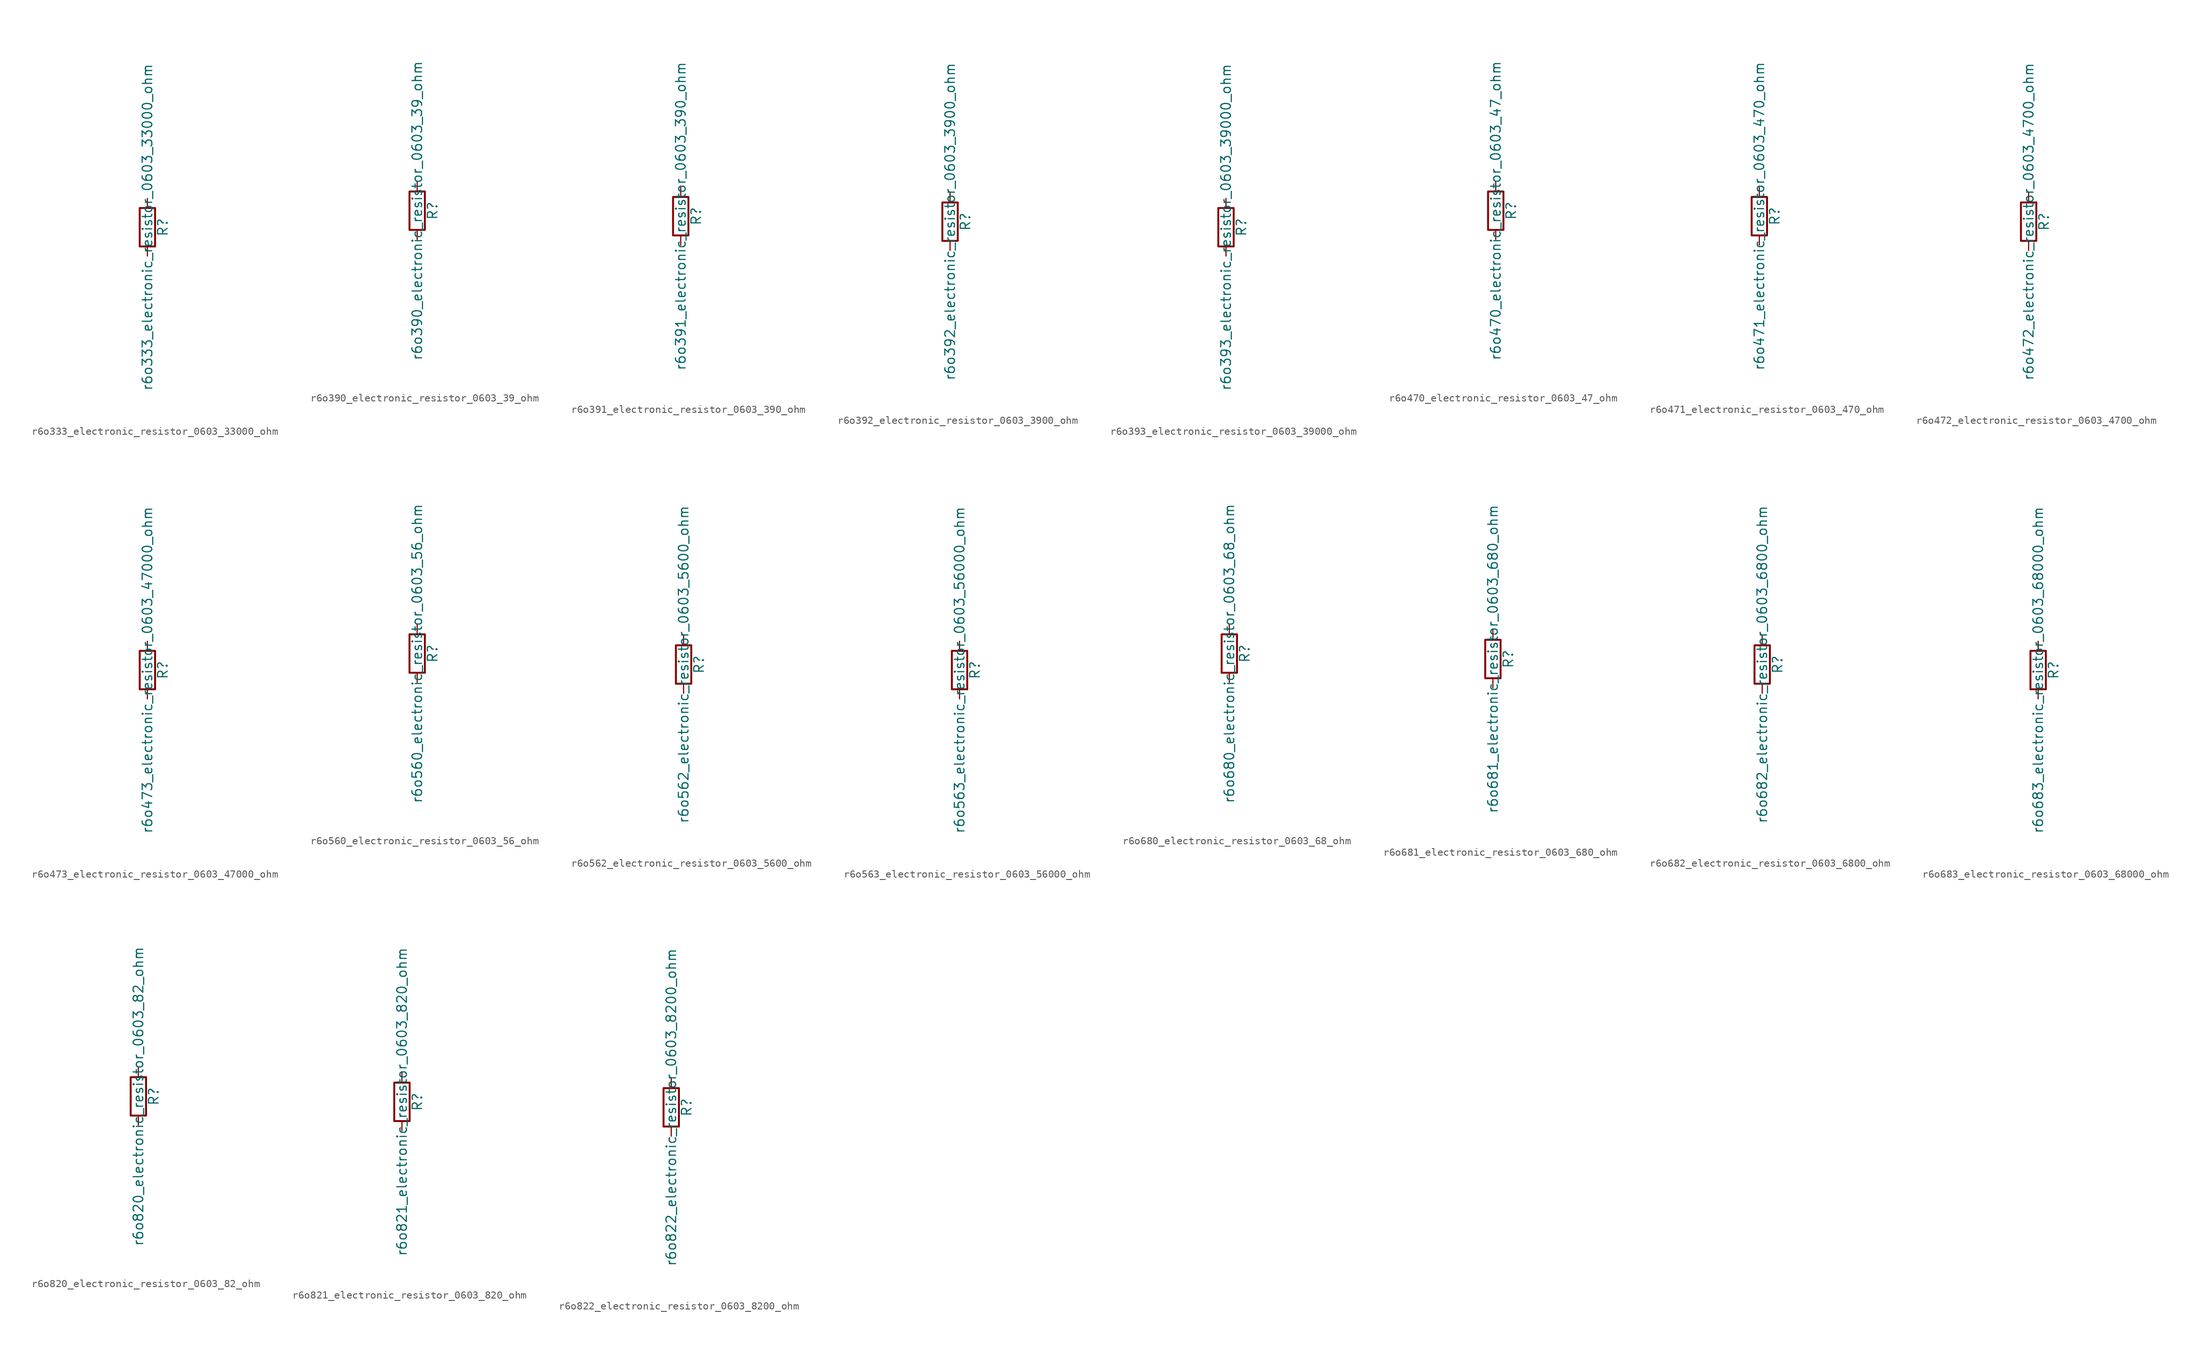
<source format=kicad_sym>
(kicad_symbol_lib
  (version 20220914)
  (generator kicad_symbol_editor)
  (symbol "r6o333_electronic_resistor_0603_33000_ohm"
    (pin_numbers hide)
    (pin_names
      (offset 0))
    (property "Reference" "R"
      (at 2.032 0 90)
      (effects (font (size 1.27 1.27))))
    (property "Value" "r6o333_electronic_resistor_0603_33000_ohm"
      (at 0 0 90)
      (effects (font (size 1.27 1.27))))
    (symbol "r6o333_electronic_resistor_0603_33000_ohm_0_1"
      (rectangle (start -1.016 -2.54) (end 1.016 2.54) (stroke (width 0.254) (type default)) (fill (type none))))
    (symbol "r6o333_electronic_resistor_0603_33000_ohm_1_1"
      (pin passive line (at 0 3.81 270) (length 1.27) (name "~" (effects (font (size 1.27 1.27)))) (number "1" (effects (font (size 1.27 1.27)))))
      (pin passive line (at 0 -3.81 90) (length 1.27) (name "~" (effects (font (size 1.27 1.27)))) (number "2" (effects (font (size 1.27 1.27)))))))
  (symbol "r6o390_electronic_resistor_0603_39_ohm"
    (pin_numbers hide)
    (pin_names
      (offset 0))
    (property "Reference" "R"
      (at 2.032 0 90)
      (effects (font (size 1.27 1.27))))
    (property "Value" "r6o390_electronic_resistor_0603_39_ohm"
      (at 0 0 90)
      (effects (font (size 1.27 1.27))))
    (symbol "r6o390_electronic_resistor_0603_39_ohm_0_1"
      (rectangle (start -1.016 -2.54) (end 1.016 2.54) (stroke (width 0.254) (type default)) (fill (type none))))
    (symbol "r6o390_electronic_resistor_0603_39_ohm_1_1"
      (pin passive line (at 0 3.81 270) (length 1.27) (name "~" (effects (font (size 1.27 1.27)))) (number "1" (effects (font (size 1.27 1.27)))))
      (pin passive line (at 0 -3.81 90) (length 1.27) (name "~" (effects (font (size 1.27 1.27)))) (number "2" (effects (font (size 1.27 1.27)))))))
  (symbol "r6o391_electronic_resistor_0603_390_ohm"
    (pin_numbers hide)
    (pin_names
      (offset 0))
    (property "Reference" "R"
      (at 2.032 0 90)
      (effects (font (size 1.27 1.27))))
    (property "Value" "r6o391_electronic_resistor_0603_390_ohm"
      (at 0 0 90)
      (effects (font (size 1.27 1.27))))
    (symbol "r6o391_electronic_resistor_0603_390_ohm_0_1"
      (rectangle (start -1.016 -2.54) (end 1.016 2.54) (stroke (width 0.254) (type default)) (fill (type none))))
    (symbol "r6o391_electronic_resistor_0603_390_ohm_1_1"
      (pin passive line (at 0 3.81 270) (length 1.27) (name "~" (effects (font (size 1.27 1.27)))) (number "1" (effects (font (size 1.27 1.27)))))
      (pin passive line (at 0 -3.81 90) (length 1.27) (name "~" (effects (font (size 1.27 1.27)))) (number "2" (effects (font (size 1.27 1.27)))))))
  (symbol "r6o392_electronic_resistor_0603_3900_ohm"
    (pin_numbers hide)
    (pin_names
      (offset 0))
    (property "Reference" "R"
      (at 2.032 0 90)
      (effects (font (size 1.27 1.27))))
    (property "Value" "r6o392_electronic_resistor_0603_3900_ohm"
      (at 0 0 90)
      (effects (font (size 1.27 1.27))))
    (symbol "r6o392_electronic_resistor_0603_3900_ohm_0_1"
      (rectangle (start -1.016 -2.54) (end 1.016 2.54) (stroke (width 0.254) (type default)) (fill (type none))))
    (symbol "r6o392_electronic_resistor_0603_3900_ohm_1_1"
      (pin passive line (at 0 3.81 270) (length 1.27) (name "~" (effects (font (size 1.27 1.27)))) (number "1" (effects (font (size 1.27 1.27)))))
      (pin passive line (at 0 -3.81 90) (length 1.27) (name "~" (effects (font (size 1.27 1.27)))) (number "2" (effects (font (size 1.27 1.27)))))))
  (symbol "r6o393_electronic_resistor_0603_39000_ohm"
    (pin_numbers hide)
    (pin_names
      (offset 0))
    (property "Reference" "R"
      (at 2.032 0 90)
      (effects (font (size 1.27 1.27))))
    (property "Value" "r6o393_electronic_resistor_0603_39000_ohm"
      (at 0 0 90)
      (effects (font (size 1.27 1.27))))
    (symbol "r6o393_electronic_resistor_0603_39000_ohm_0_1"
      (rectangle (start -1.016 -2.54) (end 1.016 2.54) (stroke (width 0.254) (type default)) (fill (type none))))
    (symbol "r6o393_electronic_resistor_0603_39000_ohm_1_1"
      (pin passive line (at 0 3.81 270) (length 1.27) (name "~" (effects (font (size 1.27 1.27)))) (number "1" (effects (font (size 1.27 1.27)))))
      (pin passive line (at 0 -3.81 90) (length 1.27) (name "~" (effects (font (size 1.27 1.27)))) (number "2" (effects (font (size 1.27 1.27)))))))
  (symbol "r6o470_electronic_resistor_0603_47_ohm"
    (pin_numbers hide)
    (pin_names
      (offset 0))
    (property "Reference" "R"
      (at 2.032 0 90)
      (effects (font (size 1.27 1.27))))
    (property "Value" "r6o470_electronic_resistor_0603_47_ohm"
      (at 0 0 90)
      (effects (font (size 1.27 1.27))))
    (symbol "r6o470_electronic_resistor_0603_47_ohm_0_1"
      (rectangle (start -1.016 -2.54) (end 1.016 2.54) (stroke (width 0.254) (type default)) (fill (type none))))
    (symbol "r6o470_electronic_resistor_0603_47_ohm_1_1"
      (pin passive line (at 0 3.81 270) (length 1.27) (name "~" (effects (font (size 1.27 1.27)))) (number "1" (effects (font (size 1.27 1.27)))))
      (pin passive line (at 0 -3.81 90) (length 1.27) (name "~" (effects (font (size 1.27 1.27)))) (number "2" (effects (font (size 1.27 1.27)))))))
  (symbol "r6o471_electronic_resistor_0603_470_ohm"
    (pin_numbers hide)
    (pin_names
      (offset 0))
    (property "Reference" "R"
      (at 2.032 0 90)
      (effects (font (size 1.27 1.27))))
    (property "Value" "r6o471_electronic_resistor_0603_470_ohm"
      (at 0 0 90)
      (effects (font (size 1.27 1.27))))
    (symbol "r6o471_electronic_resistor_0603_470_ohm_0_1"
      (rectangle (start -1.016 -2.54) (end 1.016 2.54) (stroke (width 0.254) (type default)) (fill (type none))))
    (symbol "r6o471_electronic_resistor_0603_470_ohm_1_1"
      (pin passive line (at 0 3.81 270) (length 1.27) (name "~" (effects (font (size 1.27 1.27)))) (number "1" (effects (font (size 1.27 1.27)))))
      (pin passive line (at 0 -3.81 90) (length 1.27) (name "~" (effects (font (size 1.27 1.27)))) (number "2" (effects (font (size 1.27 1.27)))))))
  (symbol "r6o472_electronic_resistor_0603_4700_ohm"
    (pin_numbers hide)
    (pin_names
      (offset 0))
    (property "Reference" "R"
      (at 2.032 0 90)
      (effects (font (size 1.27 1.27))))
    (property "Value" "r6o472_electronic_resistor_0603_4700_ohm"
      (at 0 0 90)
      (effects (font (size 1.27 1.27))))
    (symbol "r6o472_electronic_resistor_0603_4700_ohm_0_1"
      (rectangle (start -1.016 -2.54) (end 1.016 2.54) (stroke (width 0.254) (type default)) (fill (type none))))
    (symbol "r6o472_electronic_resistor_0603_4700_ohm_1_1"
      (pin passive line (at 0 3.81 270) (length 1.27) (name "~" (effects (font (size 1.27 1.27)))) (number "1" (effects (font (size 1.27 1.27)))))
      (pin passive line (at 0 -3.81 90) (length 1.27) (name "~" (effects (font (size 1.27 1.27)))) (number "2" (effects (font (size 1.27 1.27)))))))
  (symbol "r6o473_electronic_resistor_0603_47000_ohm"
    (pin_numbers hide)
    (pin_names
      (offset 0))
    (property "Reference" "R"
      (at 2.032 0 90)
      (effects (font (size 1.27 1.27))))
    (property "Value" "r6o473_electronic_resistor_0603_47000_ohm"
      (at 0 0 90)
      (effects (font (size 1.27 1.27))))
    (symbol "r6o473_electronic_resistor_0603_47000_ohm_0_1"
      (rectangle (start -1.016 -2.54) (end 1.016 2.54) (stroke (width 0.254) (type default)) (fill (type none))))
    (symbol "r6o473_electronic_resistor_0603_47000_ohm_1_1"
      (pin passive line (at 0 3.81 270) (length 1.27) (name "~" (effects (font (size 1.27 1.27)))) (number "1" (effects (font (size 1.27 1.27)))))
      (pin passive line (at 0 -3.81 90) (length 1.27) (name "~" (effects (font (size 1.27 1.27)))) (number "2" (effects (font (size 1.27 1.27)))))))
  (symbol "r6o560_electronic_resistor_0603_56_ohm"
    (pin_numbers hide)
    (pin_names
      (offset 0))
    (property "Reference" "R"
      (at 2.032 0 90)
      (effects (font (size 1.27 1.27))))
    (property "Value" "r6o560_electronic_resistor_0603_56_ohm"
      (at 0 0 90)
      (effects (font (size 1.27 1.27))))
    (symbol "r6o560_electronic_resistor_0603_56_ohm_0_1"
      (rectangle (start -1.016 -2.54) (end 1.016 2.54) (stroke (width 0.254) (type default)) (fill (type none))))
    (symbol "r6o560_electronic_resistor_0603_56_ohm_1_1"
      (pin passive line (at 0 3.81 270) (length 1.27) (name "~" (effects (font (size 1.27 1.27)))) (number "1" (effects (font (size 1.27 1.27)))))
      (pin passive line (at 0 -3.81 90) (length 1.27) (name "~" (effects (font (size 1.27 1.27)))) (number "2" (effects (font (size 1.27 1.27)))))))
  (symbol "r6o562_electronic_resistor_0603_5600_ohm"
    (pin_numbers hide)
    (pin_names
      (offset 0))
    (property "Reference" "R"
      (at 2.032 0 90)
      (effects (font (size 1.27 1.27))))
    (property "Value" "r6o562_electronic_resistor_0603_5600_ohm"
      (at 0 0 90)
      (effects (font (size 1.27 1.27))))
    (symbol "r6o562_electronic_resistor_0603_5600_ohm_0_1"
      (rectangle (start -1.016 -2.54) (end 1.016 2.54) (stroke (width 0.254) (type default)) (fill (type none))))
    (symbol "r6o562_electronic_resistor_0603_5600_ohm_1_1"
      (pin passive line (at 0 3.81 270) (length 1.27) (name "~" (effects (font (size 1.27 1.27)))) (number "1" (effects (font (size 1.27 1.27)))))
      (pin passive line (at 0 -3.81 90) (length 1.27) (name "~" (effects (font (size 1.27 1.27)))) (number "2" (effects (font (size 1.27 1.27)))))))
  (symbol "r6o563_electronic_resistor_0603_56000_ohm"
    (pin_numbers hide)
    (pin_names
      (offset 0))
    (property "Reference" "R"
      (at 2.032 0 90)
      (effects (font (size 1.27 1.27))))
    (property "Value" "r6o563_electronic_resistor_0603_56000_ohm"
      (at 0 0 90)
      (effects (font (size 1.27 1.27))))
    (symbol "r6o563_electronic_resistor_0603_56000_ohm_0_1"
      (rectangle (start -1.016 -2.54) (end 1.016 2.54) (stroke (width 0.254) (type default)) (fill (type none))))
    (symbol "r6o563_electronic_resistor_0603_56000_ohm_1_1"
      (pin passive line (at 0 3.81 270) (length 1.27) (name "~" (effects (font (size 1.27 1.27)))) (number "1" (effects (font (size 1.27 1.27)))))
      (pin passive line (at 0 -3.81 90) (length 1.27) (name "~" (effects (font (size 1.27 1.27)))) (number "2" (effects (font (size 1.27 1.27)))))))
  (symbol "r6o680_electronic_resistor_0603_68_ohm"
    (pin_numbers hide)
    (pin_names
      (offset 0))
    (property "Reference" "R"
      (at 2.032 0 90)
      (effects (font (size 1.27 1.27))))
    (property "Value" "r6o680_electronic_resistor_0603_68_ohm"
      (at 0 0 90)
      (effects (font (size 1.27 1.27))))
    (symbol "r6o680_electronic_resistor_0603_68_ohm_0_1"
      (rectangle (start -1.016 -2.54) (end 1.016 2.54) (stroke (width 0.254) (type default)) (fill (type none))))
    (symbol "r6o680_electronic_resistor_0603_68_ohm_1_1"
      (pin passive line (at 0 3.81 270) (length 1.27) (name "~" (effects (font (size 1.27 1.27)))) (number "1" (effects (font (size 1.27 1.27)))))
      (pin passive line (at 0 -3.81 90) (length 1.27) (name "~" (effects (font (size 1.27 1.27)))) (number "2" (effects (font (size 1.27 1.27)))))))
  (symbol "r6o681_electronic_resistor_0603_680_ohm"
    (pin_numbers hide)
    (pin_names
      (offset 0))
    (property "Reference" "R"
      (at 2.032 0 90)
      (effects (font (size 1.27 1.27))))
    (property "Value" "r6o681_electronic_resistor_0603_680_ohm"
      (at 0 0 90)
      (effects (font (size 1.27 1.27))))
    (symbol "r6o681_electronic_resistor_0603_680_ohm_0_1"
      (rectangle (start -1.016 -2.54) (end 1.016 2.54) (stroke (width 0.254) (type default)) (fill (type none))))
    (symbol "r6o681_electronic_resistor_0603_680_ohm_1_1"
      (pin passive line (at 0 3.81 270) (length 1.27) (name "~" (effects (font (size 1.27 1.27)))) (number "1" (effects (font (size 1.27 1.27)))))
      (pin passive line (at 0 -3.81 90) (length 1.27) (name "~" (effects (font (size 1.27 1.27)))) (number "2" (effects (font (size 1.27 1.27)))))))
  (symbol "r6o682_electronic_resistor_0603_6800_ohm"
    (pin_numbers hide)
    (pin_names
      (offset 0))
    (property "Reference" "R"
      (at 2.032 0 90)
      (effects (font (size 1.27 1.27))))
    (property "Value" "r6o682_electronic_resistor_0603_6800_ohm"
      (at 0 0 90)
      (effects (font (size 1.27 1.27))))
    (symbol "r6o682_electronic_resistor_0603_6800_ohm_0_1"
      (rectangle (start -1.016 -2.54) (end 1.016 2.54) (stroke (width 0.254) (type default)) (fill (type none))))
    (symbol "r6o682_electronic_resistor_0603_6800_ohm_1_1"
      (pin passive line (at 0 3.81 270) (length 1.27) (name "~" (effects (font (size 1.27 1.27)))) (number "1" (effects (font (size 1.27 1.27)))))
      (pin passive line (at 0 -3.81 90) (length 1.27) (name "~" (effects (font (size 1.27 1.27)))) (number "2" (effects (font (size 1.27 1.27)))))))
  (symbol "r6o683_electronic_resistor_0603_68000_ohm"
    (pin_numbers hide)
    (pin_names
      (offset 0))
    (property "Reference" "R"
      (at 2.032 0 90)
      (effects (font (size 1.27 1.27))))
    (property "Value" "r6o683_electronic_resistor_0603_68000_ohm"
      (at 0 0 90)
      (effects (font (size 1.27 1.27))))
    (symbol "r6o683_electronic_resistor_0603_68000_ohm_0_1"
      (rectangle (start -1.016 -2.54) (end 1.016 2.54) (stroke (width 0.254) (type default)) (fill (type none))))
    (symbol "r6o683_electronic_resistor_0603_68000_ohm_1_1"
      (pin passive line (at 0 3.81 270) (length 1.27) (name "~" (effects (font (size 1.27 1.27)))) (number "1" (effects (font (size 1.27 1.27)))))
      (pin passive line (at 0 -3.81 90) (length 1.27) (name "~" (effects (font (size 1.27 1.27)))) (number "2" (effects (font (size 1.27 1.27)))))))
  (symbol "r6o820_electronic_resistor_0603_82_ohm"
    (pin_numbers hide)
    (pin_names
      (offset 0))
    (property "Reference" "R"
      (at 2.032 0 90)
      (effects (font (size 1.27 1.27))))
    (property "Value" "r6o820_electronic_resistor_0603_82_ohm"
      (at 0 0 90)
      (effects (font (size 1.27 1.27))))
    (symbol "r6o820_electronic_resistor_0603_82_ohm_0_1"
      (rectangle (start -1.016 -2.54) (end 1.016 2.54) (stroke (width 0.254) (type default)) (fill (type none))))
    (symbol "r6o820_electronic_resistor_0603_82_ohm_1_1"
      (pin passive line (at 0 3.81 270) (length 1.27) (name "~" (effects (font (size 1.27 1.27)))) (number "1" (effects (font (size 1.27 1.27)))))
      (pin passive line (at 0 -3.81 90) (length 1.27) (name "~" (effects (font (size 1.27 1.27)))) (number "2" (effects (font (size 1.27 1.27)))))))
  (symbol "r6o821_electronic_resistor_0603_820_ohm"
    (pin_numbers hide)
    (pin_names
      (offset 0))
    (property "Reference" "R"
      (at 2.032 0 90)
      (effects (font (size 1.27 1.27))))
    (property "Value" "r6o821_electronic_resistor_0603_820_ohm"
      (at 0 0 90)
      (effects (font (size 1.27 1.27))))
    (symbol "r6o821_electronic_resistor_0603_820_ohm_0_1"
      (rectangle (start -1.016 -2.54) (end 1.016 2.54) (stroke (width 0.254) (type default)) (fill (type none))))
    (symbol "r6o821_electronic_resistor_0603_820_ohm_1_1"
      (pin passive line (at 0 3.81 270) (length 1.27) (name "~" (effects (font (size 1.27 1.27)))) (number "1" (effects (font (size 1.27 1.27)))))
      (pin passive line (at 0 -3.81 90) (length 1.27) (name "~" (effects (font (size 1.27 1.27)))) (number "2" (effects (font (size 1.27 1.27)))))))
  (symbol "r6o822_electronic_resistor_0603_8200_ohm"
    (pin_numbers hide)
    (pin_names
      (offset 0))
    (property "Reference" "R"
      (at 2.032 0 90)
      (effects (font (size 1.27 1.27))))
    (property "Value" "r6o822_electronic_resistor_0603_8200_ohm"
      (at 0 0 90)
      (effects (font (size 1.27 1.27))))
    (symbol "r6o822_electronic_resistor_0603_8200_ohm_0_1"
      (rectangle (start -1.016 -2.54) (end 1.016 2.54) (stroke (width 0.254) (type default)) (fill (type none))))
    (symbol "r6o822_electronic_resistor_0603_8200_ohm_1_1"
      (pin passive line (at 0 3.81 270) (length 1.27) (name "~" (effects (font (size 1.27 1.27)))) (number "1" (effects (font (size 1.27 1.27)))))
      (pin passive line (at 0 -3.81 90) (length 1.27) (name "~" (effects (font (size 1.27 1.27)))) (number "2" (effects (font (size 1.27 1.27))))))))
</source>
